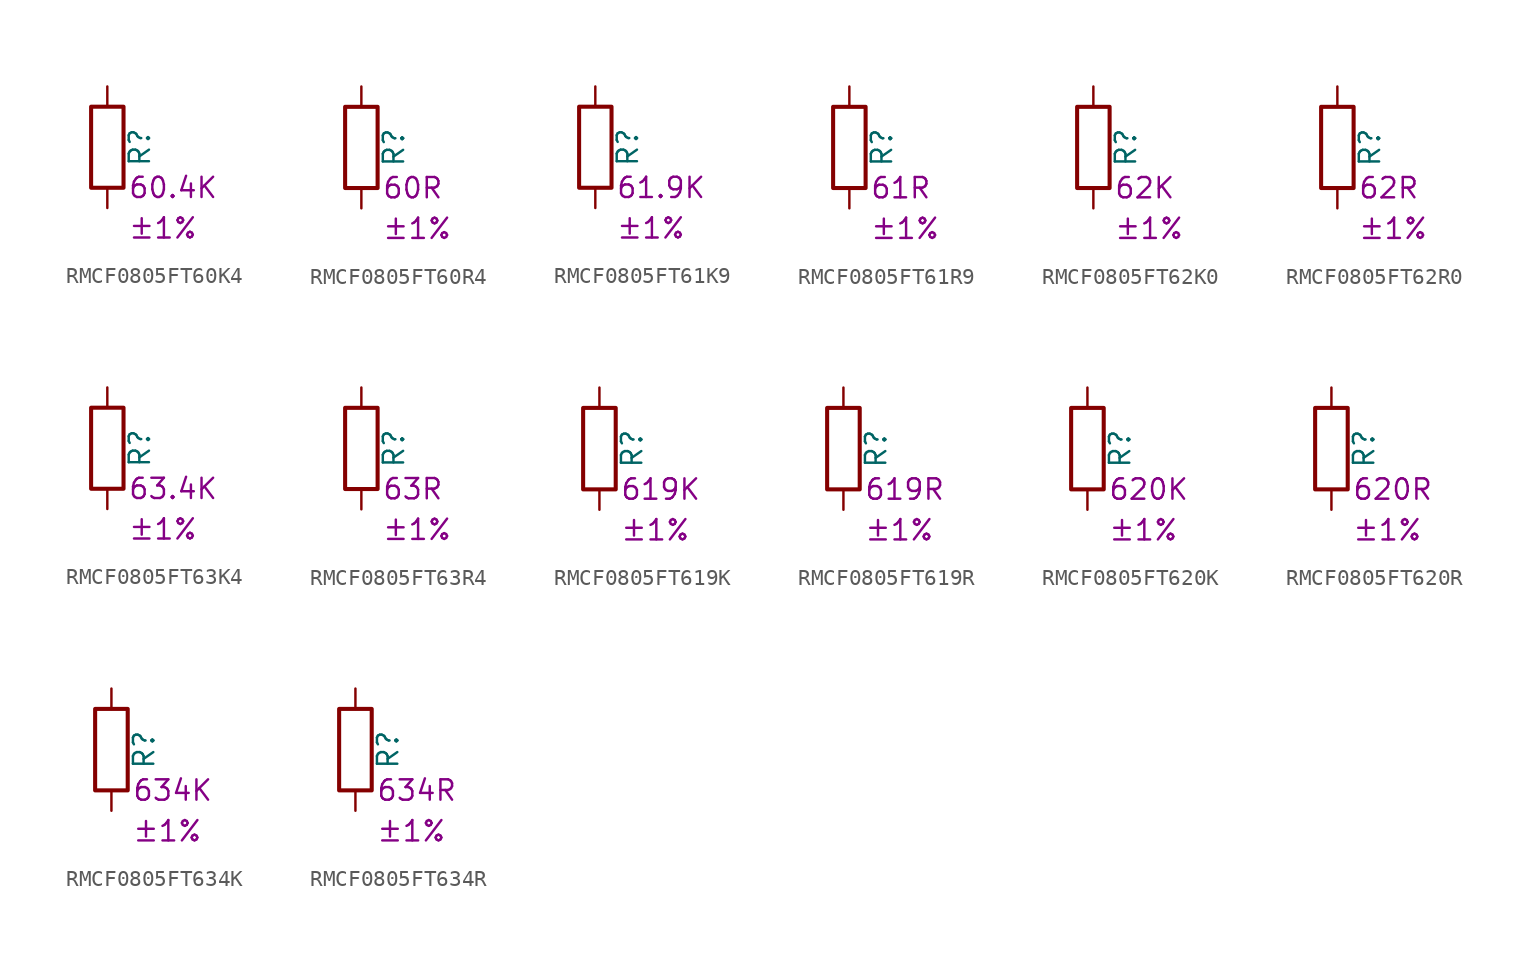
<source format=kicad_sym>
(kicad_symbol_lib
  (version 20220914)
  (generator kicad_symbol_editor)
  (symbol "RMCF0805FT60K4"
    (pin_numbers hide)
    (pin_names
      (offset 0))
    (property "Reference" "R"
      (at 2.032 0 90)
      (effects (font (size 1.27 1.27))))
    (property "Resistance" "60.4K"
      (at 1.27 -2.54 0)
      (effects (font (size 1.27 1.27)) (justify left)))
    (property "Tolerance" "±1%"
      (at 1.27 -5.08 0)
      (effects (font (size 1.27 1.27)) (justify left)))
    (symbol "RMCF0805FT60K4_0_1"
      (rectangle (start -1.016 -2.54) (end 1.016 2.54) (stroke (width 0.254) (type default)) (fill (type none))))
    (symbol "RMCF0805FT60K4_1_1"
      (pin passive line (at 0 3.81 270) (length 1.27) (name "~" (effects (font (size 1.27 1.27)))) (number "1" (effects (font (size 1.27 1.27)))))
      (pin passive line (at 0 -3.81 90) (length 1.27) (name "~" (effects (font (size 1.27 1.27)))) (number "2" (effects (font (size 1.27 1.27)))))))
  (symbol "RMCF0805FT60R4"
    (pin_numbers hide)
    (pin_names
      (offset 0))
    (property "Reference" "R"
      (at 2.032 0 90)
      (effects (font (size 1.27 1.27))))
    (property "Resistance" "60R"
      (at 1.27 -2.54 0)
      (effects (font (size 1.27 1.27)) (justify left)))
    (property "Tolerance" "±1%"
      (at 1.27 -5.08 0)
      (effects (font (size 1.27 1.27)) (justify left)))
    (symbol "RMCF0805FT60R4_0_1"
      (rectangle (start -1.016 -2.54) (end 1.016 2.54) (stroke (width 0.254) (type default)) (fill (type none))))
    (symbol "RMCF0805FT60R4_1_1"
      (pin passive line (at 0 3.81 270) (length 1.27) (name "~" (effects (font (size 1.27 1.27)))) (number "1" (effects (font (size 1.27 1.27)))))
      (pin passive line (at 0 -3.81 90) (length 1.27) (name "~" (effects (font (size 1.27 1.27)))) (number "2" (effects (font (size 1.27 1.27)))))))
  (symbol "RMCF0805FT61K9"
    (pin_numbers hide)
    (pin_names
      (offset 0))
    (property "Reference" "R"
      (at 2.032 0 90)
      (effects (font (size 1.27 1.27))))
    (property "Resistance" "61.9K"
      (at 1.27 -2.54 0)
      (effects (font (size 1.27 1.27)) (justify left)))
    (property "Tolerance" "±1%"
      (at 1.27 -5.08 0)
      (effects (font (size 1.27 1.27)) (justify left)))
    (symbol "RMCF0805FT61K9_0_1"
      (rectangle (start -1.016 -2.54) (end 1.016 2.54) (stroke (width 0.254) (type default)) (fill (type none))))
    (symbol "RMCF0805FT61K9_1_1"
      (pin passive line (at 0 3.81 270) (length 1.27) (name "~" (effects (font (size 1.27 1.27)))) (number "1" (effects (font (size 1.27 1.27)))))
      (pin passive line (at 0 -3.81 90) (length 1.27) (name "~" (effects (font (size 1.27 1.27)))) (number "2" (effects (font (size 1.27 1.27)))))))
  (symbol "RMCF0805FT61R9"
    (pin_numbers hide)
    (pin_names
      (offset 0))
    (property "Reference" "R"
      (at 2.032 0 90)
      (effects (font (size 1.27 1.27))))
    (property "Resistance" "61R"
      (at 1.27 -2.54 0)
      (effects (font (size 1.27 1.27)) (justify left)))
    (property "Tolerance" "±1%"
      (at 1.27 -5.08 0)
      (effects (font (size 1.27 1.27)) (justify left)))
    (symbol "RMCF0805FT61R9_0_1"
      (rectangle (start -1.016 -2.54) (end 1.016 2.54) (stroke (width 0.254) (type default)) (fill (type none))))
    (symbol "RMCF0805FT61R9_1_1"
      (pin passive line (at 0 3.81 270) (length 1.27) (name "~" (effects (font (size 1.27 1.27)))) (number "1" (effects (font (size 1.27 1.27)))))
      (pin passive line (at 0 -3.81 90) (length 1.27) (name "~" (effects (font (size 1.27 1.27)))) (number "2" (effects (font (size 1.27 1.27)))))))
  (symbol "RMCF0805FT62K0"
    (pin_numbers hide)
    (pin_names
      (offset 0))
    (property "Reference" "R"
      (at 2.032 0 90)
      (effects (font (size 1.27 1.27))))
    (property "Resistance" "62K"
      (at 1.27 -2.54 0)
      (effects (font (size 1.27 1.27)) (justify left)))
    (property "Tolerance" "±1%"
      (at 1.27 -5.08 0)
      (effects (font (size 1.27 1.27)) (justify left)))
    (symbol "RMCF0805FT62K0_0_1"
      (rectangle (start -1.016 -2.54) (end 1.016 2.54) (stroke (width 0.254) (type default)) (fill (type none))))
    (symbol "RMCF0805FT62K0_1_1"
      (pin passive line (at 0 3.81 270) (length 1.27) (name "~" (effects (font (size 1.27 1.27)))) (number "1" (effects (font (size 1.27 1.27)))))
      (pin passive line (at 0 -3.81 90) (length 1.27) (name "~" (effects (font (size 1.27 1.27)))) (number "2" (effects (font (size 1.27 1.27)))))))
  (symbol "RMCF0805FT62R0"
    (pin_numbers hide)
    (pin_names
      (offset 0))
    (property "Reference" "R"
      (at 2.032 0 90)
      (effects (font (size 1.27 1.27))))
    (property "Resistance" "62R"
      (at 1.27 -2.54 0)
      (effects (font (size 1.27 1.27)) (justify left)))
    (property "Tolerance" "±1%"
      (at 1.27 -5.08 0)
      (effects (font (size 1.27 1.27)) (justify left)))
    (symbol "RMCF0805FT62R0_0_1"
      (rectangle (start -1.016 -2.54) (end 1.016 2.54) (stroke (width 0.254) (type default)) (fill (type none))))
    (symbol "RMCF0805FT62R0_1_1"
      (pin passive line (at 0 3.81 270) (length 1.27) (name "~" (effects (font (size 1.27 1.27)))) (number "1" (effects (font (size 1.27 1.27)))))
      (pin passive line (at 0 -3.81 90) (length 1.27) (name "~" (effects (font (size 1.27 1.27)))) (number "2" (effects (font (size 1.27 1.27)))))))
  (symbol "RMCF0805FT63K4"
    (pin_numbers hide)
    (pin_names
      (offset 0))
    (property "Reference" "R"
      (at 2.032 0 90)
      (effects (font (size 1.27 1.27))))
    (property "Resistance" "63.4K"
      (at 1.27 -2.54 0)
      (effects (font (size 1.27 1.27)) (justify left)))
    (property "Tolerance" "±1%"
      (at 1.27 -5.08 0)
      (effects (font (size 1.27 1.27)) (justify left)))
    (symbol "RMCF0805FT63K4_0_1"
      (rectangle (start -1.016 -2.54) (end 1.016 2.54) (stroke (width 0.254) (type default)) (fill (type none))))
    (symbol "RMCF0805FT63K4_1_1"
      (pin passive line (at 0 3.81 270) (length 1.27) (name "~" (effects (font (size 1.27 1.27)))) (number "1" (effects (font (size 1.27 1.27)))))
      (pin passive line (at 0 -3.81 90) (length 1.27) (name "~" (effects (font (size 1.27 1.27)))) (number "2" (effects (font (size 1.27 1.27)))))))
  (symbol "RMCF0805FT63R4"
    (pin_numbers hide)
    (pin_names
      (offset 0))
    (property "Reference" "R"
      (at 2.032 0 90)
      (effects (font (size 1.27 1.27))))
    (property "Resistance" "63R"
      (at 1.27 -2.54 0)
      (effects (font (size 1.27 1.27)) (justify left)))
    (property "Tolerance" "±1%"
      (at 1.27 -5.08 0)
      (effects (font (size 1.27 1.27)) (justify left)))
    (symbol "RMCF0805FT63R4_0_1"
      (rectangle (start -1.016 -2.54) (end 1.016 2.54) (stroke (width 0.254) (type default)) (fill (type none))))
    (symbol "RMCF0805FT63R4_1_1"
      (pin passive line (at 0 3.81 270) (length 1.27) (name "~" (effects (font (size 1.27 1.27)))) (number "1" (effects (font (size 1.27 1.27)))))
      (pin passive line (at 0 -3.81 90) (length 1.27) (name "~" (effects (font (size 1.27 1.27)))) (number "2" (effects (font (size 1.27 1.27)))))))
  (symbol "RMCF0805FT619K"
    (pin_numbers hide)
    (pin_names
      (offset 0))
    (property "Reference" "R"
      (at 2.032 0 90)
      (effects (font (size 1.27 1.27))))
    (property "Resistance" "619K"
      (at 1.27 -2.54 0)
      (effects (font (size 1.27 1.27)) (justify left)))
    (property "Tolerance" "±1%"
      (at 1.27 -5.08 0)
      (effects (font (size 1.27 1.27)) (justify left)))
    (symbol "RMCF0805FT619K_0_1"
      (rectangle (start -1.016 -2.54) (end 1.016 2.54) (stroke (width 0.254) (type default)) (fill (type none))))
    (symbol "RMCF0805FT619K_1_1"
      (pin passive line (at 0 3.81 270) (length 1.27) (name "~" (effects (font (size 1.27 1.27)))) (number "1" (effects (font (size 1.27 1.27)))))
      (pin passive line (at 0 -3.81 90) (length 1.27) (name "~" (effects (font (size 1.27 1.27)))) (number "2" (effects (font (size 1.27 1.27)))))))
  (symbol "RMCF0805FT619R"
    (pin_numbers hide)
    (pin_names
      (offset 0))
    (property "Reference" "R"
      (at 2.032 0 90)
      (effects (font (size 1.27 1.27))))
    (property "Resistance" "619R"
      (at 1.27 -2.54 0)
      (effects (font (size 1.27 1.27)) (justify left)))
    (property "Tolerance" "±1%"
      (at 1.27 -5.08 0)
      (effects (font (size 1.27 1.27)) (justify left)))
    (symbol "RMCF0805FT619R_0_1"
      (rectangle (start -1.016 -2.54) (end 1.016 2.54) (stroke (width 0.254) (type default)) (fill (type none))))
    (symbol "RMCF0805FT619R_1_1"
      (pin passive line (at 0 3.81 270) (length 1.27) (name "~" (effects (font (size 1.27 1.27)))) (number "1" (effects (font (size 1.27 1.27)))))
      (pin passive line (at 0 -3.81 90) (length 1.27) (name "~" (effects (font (size 1.27 1.27)))) (number "2" (effects (font (size 1.27 1.27)))))))
  (symbol "RMCF0805FT620K"
    (pin_numbers hide)
    (pin_names
      (offset 0))
    (property "Reference" "R"
      (at 2.032 0 90)
      (effects (font (size 1.27 1.27))))
    (property "Resistance" "620K"
      (at 1.27 -2.54 0)
      (effects (font (size 1.27 1.27)) (justify left)))
    (property "Tolerance" "±1%"
      (at 1.27 -5.08 0)
      (effects (font (size 1.27 1.27)) (justify left)))
    (symbol "RMCF0805FT620K_0_1"
      (rectangle (start -1.016 -2.54) (end 1.016 2.54) (stroke (width 0.254) (type default)) (fill (type none))))
    (symbol "RMCF0805FT620K_1_1"
      (pin passive line (at 0 3.81 270) (length 1.27) (name "~" (effects (font (size 1.27 1.27)))) (number "1" (effects (font (size 1.27 1.27)))))
      (pin passive line (at 0 -3.81 90) (length 1.27) (name "~" (effects (font (size 1.27 1.27)))) (number "2" (effects (font (size 1.27 1.27)))))))
  (symbol "RMCF0805FT620R"
    (pin_numbers hide)
    (pin_names
      (offset 0))
    (property "Reference" "R"
      (at 2.032 0 90)
      (effects (font (size 1.27 1.27))))
    (property "Resistance" "620R"
      (at 1.27 -2.54 0)
      (effects (font (size 1.27 1.27)) (justify left)))
    (property "Tolerance" "±1%"
      (at 1.27 -5.08 0)
      (effects (font (size 1.27 1.27)) (justify left)))
    (symbol "RMCF0805FT620R_0_1"
      (rectangle (start -1.016 -2.54) (end 1.016 2.54) (stroke (width 0.254) (type default)) (fill (type none))))
    (symbol "RMCF0805FT620R_1_1"
      (pin passive line (at 0 3.81 270) (length 1.27) (name "~" (effects (font (size 1.27 1.27)))) (number "1" (effects (font (size 1.27 1.27)))))
      (pin passive line (at 0 -3.81 90) (length 1.27) (name "~" (effects (font (size 1.27 1.27)))) (number "2" (effects (font (size 1.27 1.27)))))))
  (symbol "RMCF0805FT634K"
    (pin_numbers hide)
    (pin_names
      (offset 0))
    (property "Reference" "R"
      (at 2.032 0 90)
      (effects (font (size 1.27 1.27))))
    (property "Resistance" "634K"
      (at 1.27 -2.54 0)
      (effects (font (size 1.27 1.27)) (justify left)))
    (property "Tolerance" "±1%"
      (at 1.27 -5.08 0)
      (effects (font (size 1.27 1.27)) (justify left)))
    (symbol "RMCF0805FT634K_0_1"
      (rectangle (start -1.016 -2.54) (end 1.016 2.54) (stroke (width 0.254) (type default)) (fill (type none))))
    (symbol "RMCF0805FT634K_1_1"
      (pin passive line (at 0 3.81 270) (length 1.27) (name "~" (effects (font (size 1.27 1.27)))) (number "1" (effects (font (size 1.27 1.27)))))
      (pin passive line (at 0 -3.81 90) (length 1.27) (name "~" (effects (font (size 1.27 1.27)))) (number "2" (effects (font (size 1.27 1.27)))))))
  (symbol "RMCF0805FT634R"
    (pin_numbers hide)
    (pin_names
      (offset 0))
    (property "Reference" "R"
      (at 2.032 0 90)
      (effects (font (size 1.27 1.27))))
    (property "Resistance" "634R"
      (at 1.27 -2.54 0)
      (effects (font (size 1.27 1.27)) (justify left)))
    (property "Tolerance" "±1%"
      (at 1.27 -5.08 0)
      (effects (font (size 1.27 1.27)) (justify left)))
    (symbol "RMCF0805FT634R_0_1"
      (rectangle (start -1.016 -2.54) (end 1.016 2.54) (stroke (width 0.254) (type default)) (fill (type none))))
    (symbol "RMCF0805FT634R_1_1"
      (pin passive line (at 0 3.81 270) (length 1.27) (name "~" (effects (font (size 1.27 1.27)))) (number "1" (effects (font (size 1.27 1.27)))))
      (pin passive line (at 0 -3.81 90) (length 1.27) (name "~" (effects (font (size 1.27 1.27)))) (number "2" (effects (font (size 1.27 1.27))))))))
</source>
